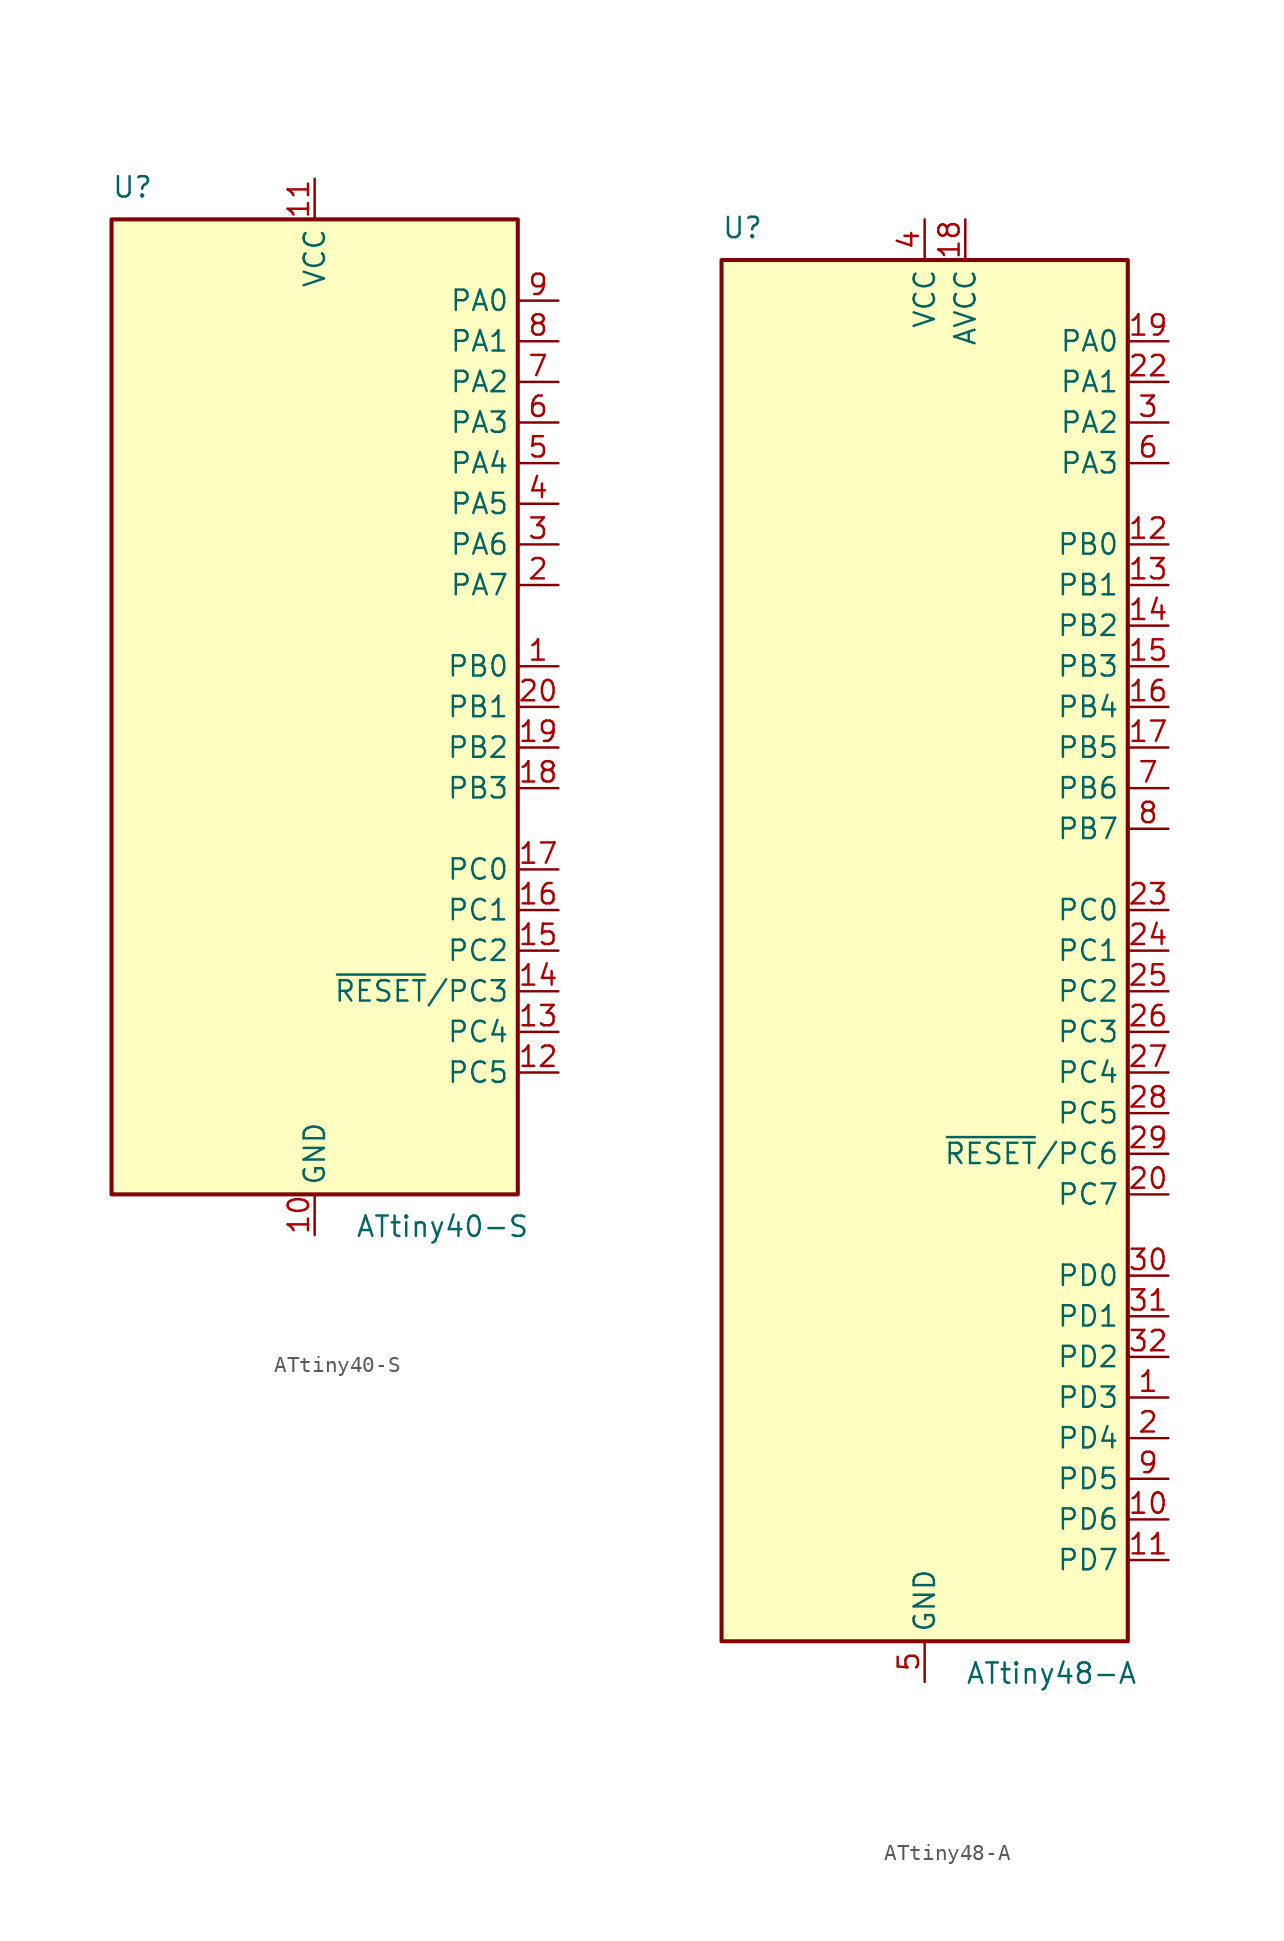
<source format=kicad_sym>
(kicad_symbol_lib
  (version 20201005)
  (generator kicad_symbol_editor)
  (symbol "MCU_Microchip_ATtiny:ATtiny40-S"
    (property "Reference" "U"
      (at -12.7 31.75 0)
      (effects (font (size 1.27 1.27)) (justify left bottom)))
    (property "Value" "ATtiny40-S"
      (at 2.54 -31.75 0)
      (effects (font (size 1.27 1.27)) (justify left top)))
    (symbol "ATtiny40-S_0_1"
      (rectangle (start -12.7 -30.48) (end 12.7 30.48) (stroke (width 0.254)) (fill (type background))))
    (symbol "ATtiny40-S_1_1"
      (pin bidirectional line (at 15.24 2.54 180) (length 2.54) (name "PB0" (effects (font (size 1.27 1.27)))) (number "1" (effects (font (size 1.27 1.27)))))
      (pin power_in line (at 0 -33.02 90) (length 2.54) (name "GND" (effects (font (size 1.27 1.27)))) (number "10" (effects (font (size 1.27 1.27)))))
      (pin power_in line (at 0 33.02 270) (length 2.54) (name "VCC" (effects (font (size 1.27 1.27)))) (number "11" (effects (font (size 1.27 1.27)))))
      (pin bidirectional line (at 15.24 -22.86 180) (length 2.54) (name "PC5" (effects (font (size 1.27 1.27)))) (number "12" (effects (font (size 1.27 1.27)))))
      (pin bidirectional line (at 15.24 -20.32 180) (length 2.54) (name "PC4" (effects (font (size 1.27 1.27)))) (number "13" (effects (font (size 1.27 1.27)))))
      (pin bidirectional line (at 15.24 -17.78 180) (length 2.54) (name "~RESET~/PC3" (effects (font (size 1.27 1.27)))) (number "14" (effects (font (size 1.27 1.27)))))
      (pin bidirectional line (at 15.24 -15.24 180) (length 2.54) (name "PC2" (effects (font (size 1.27 1.27)))) (number "15" (effects (font (size 1.27 1.27)))))
      (pin bidirectional line (at 15.24 -12.7 180) (length 2.54) (name "PC1" (effects (font (size 1.27 1.27)))) (number "16" (effects (font (size 1.27 1.27)))))
      (pin bidirectional line (at 15.24 -10.16 180) (length 2.54) (name "PC0" (effects (font (size 1.27 1.27)))) (number "17" (effects (font (size 1.27 1.27)))))
      (pin bidirectional line (at 15.24 -5.08 180) (length 2.54) (name "PB3" (effects (font (size 1.27 1.27)))) (number "18" (effects (font (size 1.27 1.27)))))
      (pin bidirectional line (at 15.24 -2.54 180) (length 2.54) (name "PB2" (effects (font (size 1.27 1.27)))) (number "19" (effects (font (size 1.27 1.27)))))
      (pin bidirectional line (at 15.24 7.62 180) (length 2.54) (name "PA7" (effects (font (size 1.27 1.27)))) (number "2" (effects (font (size 1.27 1.27)))))
      (pin bidirectional line (at 15.24 0 180) (length 2.54) (name "PB1" (effects (font (size 1.27 1.27)))) (number "20" (effects (font (size 1.27 1.27)))))
      (pin bidirectional line (at 15.24 10.16 180) (length 2.54) (name "PA6" (effects (font (size 1.27 1.27)))) (number "3" (effects (font (size 1.27 1.27)))))
      (pin bidirectional line (at 15.24 12.7 180) (length 2.54) (name "PA5" (effects (font (size 1.27 1.27)))) (number "4" (effects (font (size 1.27 1.27)))))
      (pin bidirectional line (at 15.24 15.24 180) (length 2.54) (name "PA4" (effects (font (size 1.27 1.27)))) (number "5" (effects (font (size 1.27 1.27)))))
      (pin bidirectional line (at 15.24 17.78 180) (length 2.54) (name "PA3" (effects (font (size 1.27 1.27)))) (number "6" (effects (font (size 1.27 1.27)))))
      (pin bidirectional line (at 15.24 20.32 180) (length 2.54) (name "PA2" (effects (font (size 1.27 1.27)))) (number "7" (effects (font (size 1.27 1.27)))))
      (pin bidirectional line (at 15.24 22.86 180) (length 2.54) (name "PA1" (effects (font (size 1.27 1.27)))) (number "8" (effects (font (size 1.27 1.27)))))
      (pin bidirectional line (at 15.24 25.4 180) (length 2.54) (name "PA0" (effects (font (size 1.27 1.27)))) (number "9" (effects (font (size 1.27 1.27)))))))
  (symbol "MCU_Microchip_ATtiny:ATtiny48-A"
    (property "Reference" "U"
      (at -12.7 44.45 0)
      (effects (font (size 1.27 1.27)) (justify left bottom)))
    (property "Value" "ATtiny48-A"
      (at 2.54 -44.45 0)
      (effects (font (size 1.27 1.27)) (justify left top)))
    (symbol "ATtiny48-A_0_1"
      (rectangle (start -12.7 -43.18) (end 12.7 43.18) (stroke (width 0.254)) (fill (type background))))
    (symbol "ATtiny48-A_1_1"
      (pin bidirectional line (at 15.24 -27.94 180) (length 2.54) (name "PD3" (effects (font (size 1.27 1.27)))) (number "1" (effects (font (size 1.27 1.27)))))
      (pin bidirectional line (at 15.24 -35.56 180) (length 2.54) (name "PD6" (effects (font (size 1.27 1.27)))) (number "10" (effects (font (size 1.27 1.27)))))
      (pin bidirectional line (at 15.24 -38.1 180) (length 2.54) (name "PD7" (effects (font (size 1.27 1.27)))) (number "11" (effects (font (size 1.27 1.27)))))
      (pin bidirectional line (at 15.24 25.4 180) (length 2.54) (name "PB0" (effects (font (size 1.27 1.27)))) (number "12" (effects (font (size 1.27 1.27)))))
      (pin bidirectional line (at 15.24 22.86 180) (length 2.54) (name "PB1" (effects (font (size 1.27 1.27)))) (number "13" (effects (font (size 1.27 1.27)))))
      (pin bidirectional line (at 15.24 20.32 180) (length 2.54) (name "PB2" (effects (font (size 1.27 1.27)))) (number "14" (effects (font (size 1.27 1.27)))))
      (pin bidirectional line (at 15.24 17.78 180) (length 2.54) (name "PB3" (effects (font (size 1.27 1.27)))) (number "15" (effects (font (size 1.27 1.27)))))
      (pin bidirectional line (at 15.24 15.24 180) (length 2.54) (name "PB4" (effects (font (size 1.27 1.27)))) (number "16" (effects (font (size 1.27 1.27)))))
      (pin bidirectional line (at 15.24 12.7 180) (length 2.54) (name "PB5" (effects (font (size 1.27 1.27)))) (number "17" (effects (font (size 1.27 1.27)))))
      (pin power_in line (at 2.54 45.72 270) (length 2.54) (name "AVCC" (effects (font (size 1.27 1.27)))) (number "18" (effects (font (size 1.27 1.27)))))
      (pin bidirectional line (at 15.24 38.1 180) (length 2.54) (name "PA0" (effects (font (size 1.27 1.27)))) (number "19" (effects (font (size 1.27 1.27)))))
      (pin bidirectional line (at 15.24 -30.48 180) (length 2.54) (name "PD4" (effects (font (size 1.27 1.27)))) (number "2" (effects (font (size 1.27 1.27)))))
      (pin bidirectional line (at 15.24 -15.24 180) (length 2.54) (name "PC7" (effects (font (size 1.27 1.27)))) (number "20" (effects (font (size 1.27 1.27)))))
      (pin passive line (at 0 -45.72 90) (length 2.54) hide (name "GND" (effects (font (size 1.27 1.27)))) (number "21" (effects (font (size 1.27 1.27)))))
      (pin bidirectional line (at 15.24 35.56 180) (length 2.54) (name "PA1" (effects (font (size 1.27 1.27)))) (number "22" (effects (font (size 1.27 1.27)))))
      (pin bidirectional line (at 15.24 2.54 180) (length 2.54) (name "PC0" (effects (font (size 1.27 1.27)))) (number "23" (effects (font (size 1.27 1.27)))))
      (pin bidirectional line (at 15.24 0 180) (length 2.54) (name "PC1" (effects (font (size 1.27 1.27)))) (number "24" (effects (font (size 1.27 1.27)))))
      (pin bidirectional line (at 15.24 -2.54 180) (length 2.54) (name "PC2" (effects (font (size 1.27 1.27)))) (number "25" (effects (font (size 1.27 1.27)))))
      (pin bidirectional line (at 15.24 -5.08 180) (length 2.54) (name "PC3" (effects (font (size 1.27 1.27)))) (number "26" (effects (font (size 1.27 1.27)))))
      (pin bidirectional line (at 15.24 -7.62 180) (length 2.54) (name "PC4" (effects (font (size 1.27 1.27)))) (number "27" (effects (font (size 1.27 1.27)))))
      (pin bidirectional line (at 15.24 -10.16 180) (length 2.54) (name "PC5" (effects (font (size 1.27 1.27)))) (number "28" (effects (font (size 1.27 1.27)))))
      (pin bidirectional line (at 15.24 -12.7 180) (length 2.54) (name "~RESET~/PC6" (effects (font (size 1.27 1.27)))) (number "29" (effects (font (size 1.27 1.27)))))
      (pin bidirectional line (at 15.24 33.02 180) (length 2.54) (name "PA2" (effects (font (size 1.27 1.27)))) (number "3" (effects (font (size 1.27 1.27)))))
      (pin bidirectional line (at 15.24 -20.32 180) (length 2.54) (name "PD0" (effects (font (size 1.27 1.27)))) (number "30" (effects (font (size 1.27 1.27)))))
      (pin bidirectional line (at 15.24 -22.86 180) (length 2.54) (name "PD1" (effects (font (size 1.27 1.27)))) (number "31" (effects (font (size 1.27 1.27)))))
      (pin bidirectional line (at 15.24 -25.4 180) (length 2.54) (name "PD2" (effects (font (size 1.27 1.27)))) (number "32" (effects (font (size 1.27 1.27)))))
      (pin power_in line (at 0 45.72 270) (length 2.54) (name "VCC" (effects (font (size 1.27 1.27)))) (number "4" (effects (font (size 1.27 1.27)))))
      (pin power_in line (at 0 -45.72 90) (length 2.54) (name "GND" (effects (font (size 1.27 1.27)))) (number "5" (effects (font (size 1.27 1.27)))))
      (pin bidirectional line (at 15.24 30.48 180) (length 2.54) (name "PA3" (effects (font (size 1.27 1.27)))) (number "6" (effects (font (size 1.27 1.27)))))
      (pin bidirectional line (at 15.24 10.16 180) (length 2.54) (name "PB6" (effects (font (size 1.27 1.27)))) (number "7" (effects (font (size 1.27 1.27)))))
      (pin bidirectional line (at 15.24 7.62 180) (length 2.54) (name "PB7" (effects (font (size 1.27 1.27)))) (number "8" (effects (font (size 1.27 1.27)))))
      (pin bidirectional line (at 15.24 -33.02 180) (length 2.54) (name "PD5" (effects (font (size 1.27 1.27)))) (number "9" (effects (font (size 1.27 1.27))))))))
</source>
